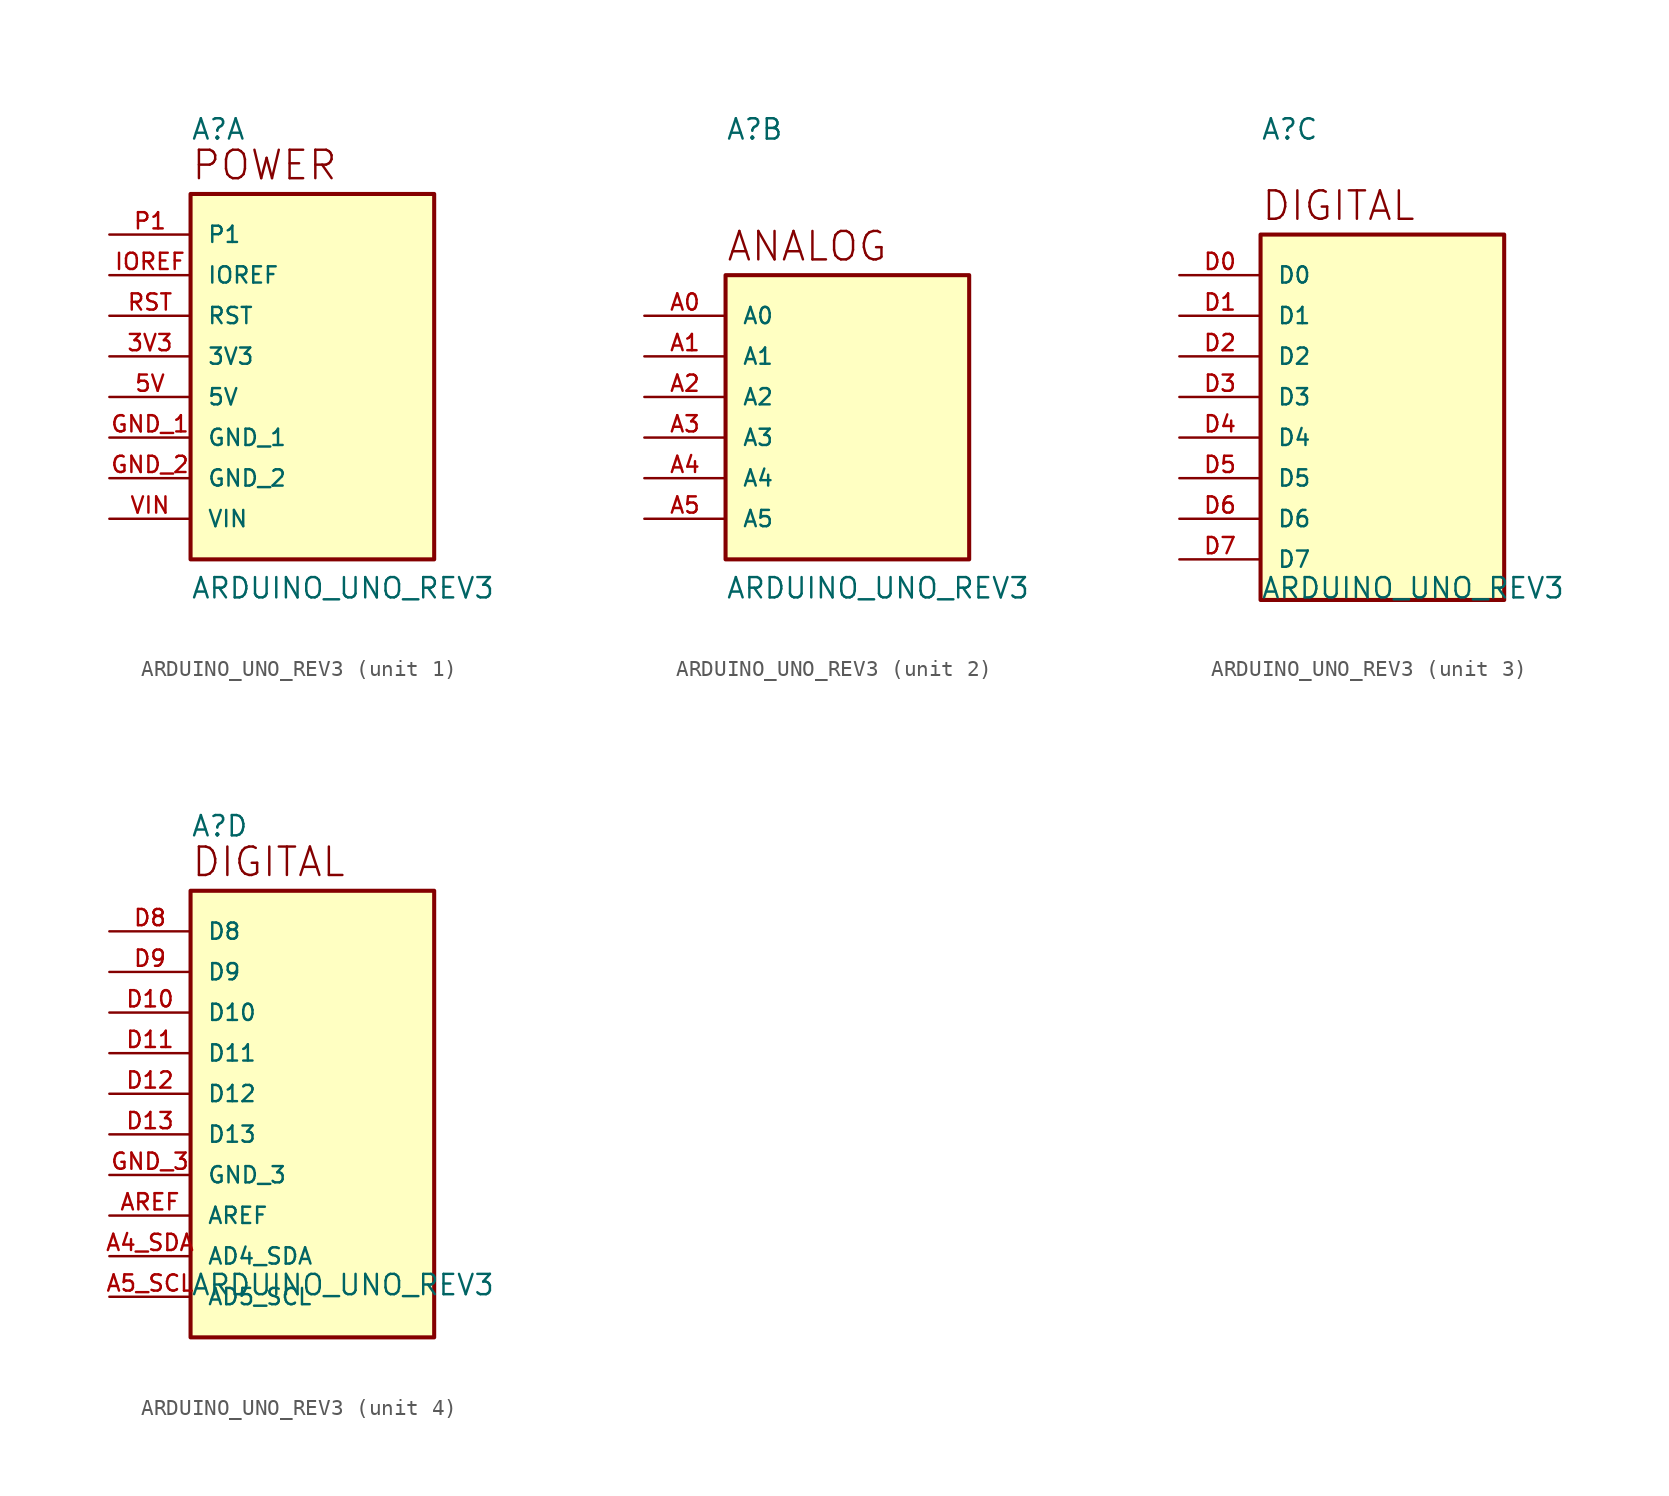
<source format=kicad_sym>
(kicad_symbol_lib
  (version 20211014)
  (generator kicad_symbol_editor)
  (symbol "ARDUINO_UNO_REV3"
    (pin_names
      (offset 1.016))
    (property "Reference" "A"
      (at -7.62 16.002 0)
      (effects (font (size 1.27 1.27)) (justify bottom left)))
    (property "Value" "ARDUINO_UNO_REV3"
      (at -7.62 -12.7 0)
      (effects (font (size 1.27 1.27)) (justify bottom left)))
    (symbol "ARDUINO_UNO_REV3_1_0"
      (text "POWER" (at -7.62 13.462 0) (effects (font (size 1.778 1.778)) (justify bottom left)))
      (rectangle (start -7.62 -10.16) (end 7.62 12.7) (stroke (width 0.254)) (fill (type background)))
      (pin bidirectional line (at -12.7 5.08 0) (length 5.08) (name "RST" (effects (font (size 1.016 1.016)))) (number "RST" (effects (font (size 1.016 1.016)))))
      (pin power_in line (at -12.7 2.54 0) (length 5.08) (name "3V3" (effects (font (size 1.016 1.016)))) (number "3V3" (effects (font (size 1.016 1.016)))))
      (pin power_in line (at -12.7 0.0 0) (length 5.08) (name "5V" (effects (font (size 1.016 1.016)))) (number "5V" (effects (font (size 1.016 1.016)))))
      (pin power_in line (at -12.7 -2.54 0) (length 5.08) (name "GND_1" (effects (font (size 1.016 1.016)))) (number "GND_1" (effects (font (size 1.016 1.016)))))
      (pin power_in line (at -12.7 -5.08 0) (length 5.08) (name "GND_2" (effects (font (size 1.016 1.016)))) (number "GND_2" (effects (font (size 1.016 1.016)))))
      (pin power_in line (at -12.7 -7.62 0) (length 5.08) (name "VIN" (effects (font (size 1.016 1.016)))) (number "VIN" (effects (font (size 1.016 1.016)))))
      (pin bidirectional line (at -12.7 10.16 0) (length 5.08) (name "P1" (effects (font (size 1.016 1.016)))) (number "P1" (effects (font (size 1.016 1.016)))))
      (pin bidirectional line (at -12.7 7.62 0) (length 5.08) (name "IOREF" (effects (font (size 1.016 1.016)))) (number "IOREF" (effects (font (size 1.016 1.016))))))
    (symbol "ARDUINO_UNO_REV3_2_0"
      (text "ANALOG" (at -7.62 8.382 0) (effects (font (size 1.778 1.778)) (justify bottom left)))
      (rectangle (start -7.62 -10.16) (end 7.62 7.62) (stroke (width 0.254)) (fill (type background)))
      (pin bidirectional line (at -12.7 5.08 0) (length 5.08) (name "A0" (effects (font (size 1.016 1.016)))) (number "A0" (effects (font (size 1.016 1.016)))))
      (pin bidirectional line (at -12.7 2.54 0) (length 5.08) (name "A1" (effects (font (size 1.016 1.016)))) (number "A1" (effects (font (size 1.016 1.016)))))
      (pin bidirectional line (at -12.7 0.0 0) (length 5.08) (name "A2" (effects (font (size 1.016 1.016)))) (number "A2" (effects (font (size 1.016 1.016)))))
      (pin bidirectional line (at -12.7 -2.54 0) (length 5.08) (name "A3" (effects (font (size 1.016 1.016)))) (number "A3" (effects (font (size 1.016 1.016)))))
      (pin bidirectional line (at -12.7 -5.08 0) (length 5.08) (name "A4" (effects (font (size 1.016 1.016)))) (number "A4" (effects (font (size 1.016 1.016)))))
      (pin bidirectional line (at -12.7 -7.62 0) (length 5.08) (name "A5" (effects (font (size 1.016 1.016)))) (number "A5" (effects (font (size 1.016 1.016))))))
    (symbol "ARDUINO_UNO_REV3_3_0"
      (text "DIGITAL" (at -7.62 10.922 0) (effects (font (size 1.778 1.778)) (justify bottom left)))
      (rectangle (start -7.62 -12.7) (end 7.62 10.16) (stroke (width 0.254)) (fill (type background)))
      (pin bidirectional line (at -12.7 7.62 0) (length 5.08) (name "D0" (effects (font (size 1.016 1.016)))) (number "D0" (effects (font (size 1.016 1.016)))))
      (pin bidirectional line (at -12.7 5.08 0) (length 5.08) (name "D1" (effects (font (size 1.016 1.016)))) (number "D1" (effects (font (size 1.016 1.016)))))
      (pin bidirectional line (at -12.7 2.54 0) (length 5.08) (name "D2" (effects (font (size 1.016 1.016)))) (number "D2" (effects (font (size 1.016 1.016)))))
      (pin bidirectional line (at -12.7 0.0 0) (length 5.08) (name "D3" (effects (font (size 1.016 1.016)))) (number "D3" (effects (font (size 1.016 1.016)))))
      (pin bidirectional line (at -12.7 -2.54 0) (length 5.08) (name "D4" (effects (font (size 1.016 1.016)))) (number "D4" (effects (font (size 1.016 1.016)))))
      (pin bidirectional line (at -12.7 -5.08 0) (length 5.08) (name "D5" (effects (font (size 1.016 1.016)))) (number "D5" (effects (font (size 1.016 1.016)))))
      (pin bidirectional line (at -12.7 -7.62 0) (length 5.08) (name "D6" (effects (font (size 1.016 1.016)))) (number "D6" (effects (font (size 1.016 1.016)))))
      (pin bidirectional line (at -12.7 -10.16 0) (length 5.08) (name "D7" (effects (font (size 1.016 1.016)))) (number "D7" (effects (font (size 1.016 1.016))))))
    (symbol "ARDUINO_UNO_REV3_4_0"
      (text "DIGITAL" (at -7.62 13.462 0) (effects (font (size 1.778 1.778)) (justify bottom left)))
      (rectangle (start -7.62 -15.24) (end 7.62 12.7) (stroke (width 0.254)) (fill (type background)))
      (pin bidirectional line (at -12.7 10.16 0) (length 5.08) (name "D8" (effects (font (size 1.016 1.016)))) (number "D8" (effects (font (size 1.016 1.016)))))
      (pin bidirectional line (at -12.7 7.62 0) (length 5.08) (name "D9" (effects (font (size 1.016 1.016)))) (number "D9" (effects (font (size 1.016 1.016)))))
      (pin bidirectional line (at -12.7 5.08 0) (length 5.08) (name "D10" (effects (font (size 1.016 1.016)))) (number "D10" (effects (font (size 1.016 1.016)))))
      (pin bidirectional line (at -12.7 2.54 0) (length 5.08) (name "D11" (effects (font (size 1.016 1.016)))) (number "D11" (effects (font (size 1.016 1.016)))))
      (pin bidirectional line (at -12.7 0.0 0) (length 5.08) (name "D12" (effects (font (size 1.016 1.016)))) (number "D12" (effects (font (size 1.016 1.016)))))
      (pin bidirectional line (at -12.7 -2.54 0) (length 5.08) (name "D13" (effects (font (size 1.016 1.016)))) (number "D13" (effects (font (size 1.016 1.016)))))
      (pin power_in line (at -12.7 -5.08 0) (length 5.08) (name "GND_3" (effects (font (size 1.016 1.016)))) (number "GND_3" (effects (font (size 1.016 1.016)))))
      (pin bidirectional line (at -12.7 -7.62 0) (length 5.08) (name "AREF" (effects (font (size 1.016 1.016)))) (number "AREF" (effects (font (size 1.016 1.016)))))
      (pin bidirectional line (at -12.7 -10.16 0) (length 5.08) (name "AD4_SDA" (effects (font (size 1.016 1.016)))) (number "A4_SDA" (effects (font (size 1.016 1.016)))))
      (pin bidirectional line (at -12.7 -12.7 0) (length 5.08) (name "AD5_SCL" (effects (font (size 1.016 1.016)))) (number "A5_SCL" (effects (font (size 1.016 1.016))))))))
</source>
